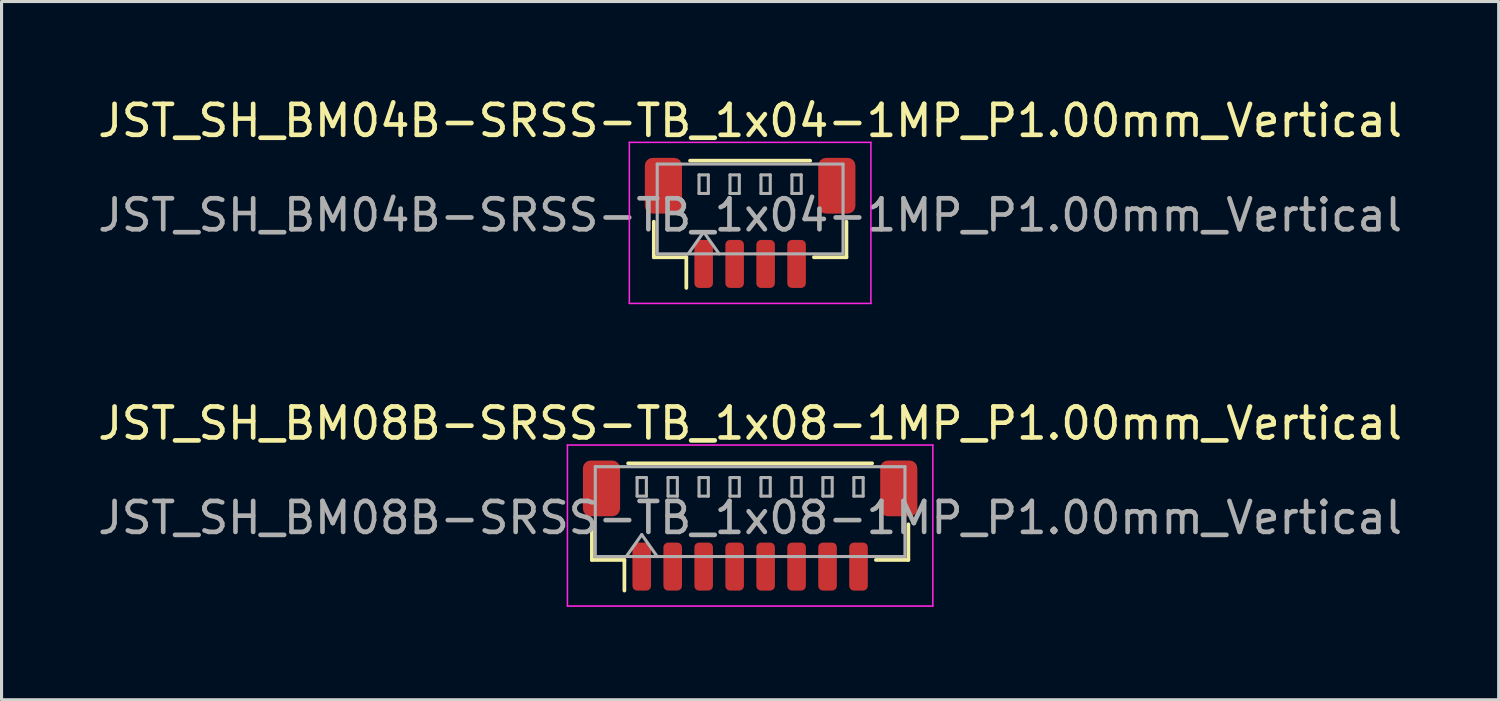
<source format=kicad_pcb>
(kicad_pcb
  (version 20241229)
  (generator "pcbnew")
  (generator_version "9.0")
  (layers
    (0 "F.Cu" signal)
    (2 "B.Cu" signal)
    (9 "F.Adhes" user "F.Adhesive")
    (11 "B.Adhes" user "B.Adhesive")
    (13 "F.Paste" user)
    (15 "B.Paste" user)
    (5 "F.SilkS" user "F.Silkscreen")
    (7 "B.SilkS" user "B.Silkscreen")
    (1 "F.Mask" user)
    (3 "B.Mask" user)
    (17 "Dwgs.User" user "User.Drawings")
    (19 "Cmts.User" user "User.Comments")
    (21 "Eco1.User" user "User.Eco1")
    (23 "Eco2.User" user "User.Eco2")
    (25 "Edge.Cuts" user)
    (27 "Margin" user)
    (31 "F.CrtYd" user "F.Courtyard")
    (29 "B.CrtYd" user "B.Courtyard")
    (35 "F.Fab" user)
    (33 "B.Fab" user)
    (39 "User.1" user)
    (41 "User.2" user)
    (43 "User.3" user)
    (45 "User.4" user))
  (footprint "JST_SH_BM04B-SRSS-TB_1x04-1MP_P1.00mm_Vertical"
    (layer "F.Cu")
    (at 21.173 4.148)
    (property "Reference" "JST_SH_BM04B-SRSS-TB_1x04-1MP_P1.00mm_Vertical" (at 0 -3.3 0) (layer "F.SilkS") (effects (font (size 1 1) (thickness 0.15))))
    (attr smd)
    (fp_line (start -3.11 -0.04) (end -3.11 1.11) (stroke (width 0.12) (type solid)) (layer "F.SilkS"))
    (fp_line (start -3.11 1.11) (end -2.06 1.11) (stroke (width 0.12) (type solid)) (layer "F.SilkS"))
    (fp_line (start -2.06 1.11) (end -2.06 2.1) (stroke (width 0.12) (type solid)) (layer "F.SilkS"))
    (fp_line (start -1.94 -2.01) (end 1.94 -2.01) (stroke (width 0.12) (type solid)) (layer "F.SilkS"))
    (fp_line (start 3.11 -0.04) (end 3.11 1.11) (stroke (width 0.12) (type solid)) (layer "F.SilkS"))
    (fp_line (start 3.11 1.11) (end 2.06 1.11) (stroke (width 0.12) (type solid)) (layer "F.SilkS"))
    (fp_line (start -3.9 -2.6) (end -3.9 2.6) (stroke (width 0.05) (type solid)) (layer "F.CrtYd"))
    (fp_line (start -3.9 2.6) (end 3.9 2.6) (stroke (width 0.05) (type solid)) (layer "F.CrtYd"))
    (fp_line (start 3.9 -2.6) (end -3.9 -2.6) (stroke (width 0.05) (type solid)) (layer "F.CrtYd"))
    (fp_line (start 3.9 2.6) (end 3.9 -2.6) (stroke (width 0.05) (type solid)) (layer "F.CrtYd"))
    (fp_line (start -3 -1.9) (end 3 -1.9) (stroke (width 0.1) (type solid)) (layer "F.Fab"))
    (fp_line (start -3 1) (end -3 -1.9) (stroke (width 0.1) (type solid)) (layer "F.Fab"))
    (fp_line (start -3 1) (end 3 1) (stroke (width 0.1) (type solid)) (layer "F.Fab"))
    (fp_line (start -2 1) (end -1.5 0.293) (stroke (width 0.1) (type solid)) (layer "F.Fab"))
    (fp_line (start -1.65 -1.55) (end -1.65 -0.95) (stroke (width 0.1) (type solid)) (layer "F.Fab"))
    (fp_line (start -1.65 -0.95) (end -1.35 -0.95) (stroke (width 0.1) (type solid)) (layer "F.Fab"))
    (fp_line (start -1.5 0.293) (end -1 1) (stroke (width 0.1) (type solid)) (layer "F.Fab"))
    (fp_line (start -1.35 -1.55) (end -1.65 -1.55) (stroke (width 0.1) (type solid)) (layer "F.Fab"))
    (fp_line (start -1.35 -0.95) (end -1.35 -1.55) (stroke (width 0.1) (type solid)) (layer "F.Fab"))
    (fp_line (start -0.65 -1.55) (end -0.65 -0.95) (stroke (width 0.1) (type solid)) (layer "F.Fab"))
    (fp_line (start -0.65 -0.95) (end -0.35 -0.95) (stroke (width 0.1) (type solid)) (layer "F.Fab"))
    (fp_line (start -0.35 -1.55) (end -0.65 -1.55) (stroke (width 0.1) (type solid)) (layer "F.Fab"))
    (fp_line (start -0.35 -0.95) (end -0.35 -1.55) (stroke (width 0.1) (type solid)) (layer "F.Fab"))
    (fp_line (start 0.35 -1.55) (end 0.35 -0.95) (stroke (width 0.1) (type solid)) (layer "F.Fab"))
    (fp_line (start 0.35 -0.95) (end 0.65 -0.95) (stroke (width 0.1) (type solid)) (layer "F.Fab"))
    (fp_line (start 0.65 -1.55) (end 0.35 -1.55) (stroke (width 0.1) (type solid)) (layer "F.Fab"))
    (fp_line (start 0.65 -0.95) (end 0.65 -1.55) (stroke (width 0.1) (type solid)) (layer "F.Fab"))
    (fp_line (start 1.35 -1.55) (end 1.35 -0.95) (stroke (width 0.1) (type solid)) (layer "F.Fab"))
    (fp_line (start 1.35 -0.95) (end 1.65 -0.95) (stroke (width 0.1) (type solid)) (layer "F.Fab"))
    (fp_line (start 1.65 -1.55) (end 1.35 -1.55) (stroke (width 0.1) (type solid)) (layer "F.Fab"))
    (fp_line (start 1.65 -0.95) (end 1.65 -1.55) (stroke (width 0.1) (type solid)) (layer "F.Fab"))
    (fp_line (start 3 1) (end 3 -1.9) (stroke (width 0.1) (type solid)) (layer "F.Fab"))
    (fp_text user "${REFERENCE}" (at 0 -0.25 0) (layer "F.Fab") (effects (font (size 1 1) (thickness 0.15))))
    (pad "1" smd roundrect (at -1.5 1.325) (size 0.6 1.55) (layers "F.Cu" "F.Mask" "F.Paste") (roundrect_rratio 0.25))
    (pad "2" smd roundrect (at -0.5 1.325) (size 0.6 1.55) (layers "F.Cu" "F.Mask" "F.Paste") (roundrect_rratio 0.25))
    (pad "3" smd roundrect (at 0.5 1.325) (size 0.6 1.55) (layers "F.Cu" "F.Mask" "F.Paste") (roundrect_rratio 0.25))
    (pad "4" smd roundrect (at 1.5 1.325) (size 0.6 1.55) (layers "F.Cu" "F.Mask" "F.Paste") (roundrect_rratio 0.25))
    (pad "MP" smd roundrect (at -2.8 -1.2) (size 1.2 1.8) (layers "F.Cu" "F.Mask" "F.Paste") (roundrect_rratio 0.208))
    (pad "MP" smd roundrect (at 2.8 -1.2) (size 1.2 1.8) (layers "F.Cu" "F.Mask" "F.Paste") (roundrect_rratio 0.208)))
  (footprint "JST_SH_BM08B-SRSS-TB_1x08-1MP_P1.00mm_Vertical"
    (layer "F.Cu")
    (at 21.173 13.921)
    (property "Reference" "JST_SH_BM08B-SRSS-TB_1x08-1MP_P1.00mm_Vertical" (at 0 -3.3 0) (layer "F.SilkS") (effects (font (size 1 1) (thickness 0.15))))
    (attr smd)
    (fp_line (start -5.11 -0.04) (end -5.11 1.11) (stroke (width 0.12) (type solid)) (layer "F.SilkS"))
    (fp_line (start -5.11 1.11) (end -4.06 1.11) (stroke (width 0.12) (type solid)) (layer "F.SilkS"))
    (fp_line (start -4.06 1.11) (end -4.06 2.1) (stroke (width 0.12) (type solid)) (layer "F.SilkS"))
    (fp_line (start -3.94 -2.01) (end 3.94 -2.01) (stroke (width 0.12) (type solid)) (layer "F.SilkS"))
    (fp_line (start 5.11 -0.04) (end 5.11 1.11) (stroke (width 0.12) (type solid)) (layer "F.SilkS"))
    (fp_line (start 5.11 1.11) (end 4.06 1.11) (stroke (width 0.12) (type solid)) (layer "F.SilkS"))
    (fp_line (start -5.9 -2.6) (end -5.9 2.6) (stroke (width 0.05) (type solid)) (layer "F.CrtYd"))
    (fp_line (start -5.9 2.6) (end 5.9 2.6) (stroke (width 0.05) (type solid)) (layer "F.CrtYd"))
    (fp_line (start 5.9 -2.6) (end -5.9 -2.6) (stroke (width 0.05) (type solid)) (layer "F.CrtYd"))
    (fp_line (start 5.9 2.6) (end 5.9 -2.6) (stroke (width 0.05) (type solid)) (layer "F.CrtYd"))
    (fp_line (start -5 -1.9) (end 5 -1.9) (stroke (width 0.1) (type solid)) (layer "F.Fab"))
    (fp_line (start -5 1) (end -5 -1.9) (stroke (width 0.1) (type solid)) (layer "F.Fab"))
    (fp_line (start -5 1) (end 5 1) (stroke (width 0.1) (type solid)) (layer "F.Fab"))
    (fp_line (start -4 1) (end -3.5 0.293) (stroke (width 0.1) (type solid)) (layer "F.Fab"))
    (fp_line (start -3.65 -1.55) (end -3.65 -0.95) (stroke (width 0.1) (type solid)) (layer "F.Fab"))
    (fp_line (start -3.65 -0.95) (end -3.35 -0.95) (stroke (width 0.1) (type solid)) (layer "F.Fab"))
    (fp_line (start -3.5 0.293) (end -3 1) (stroke (width 0.1) (type solid)) (layer "F.Fab"))
    (fp_line (start -3.35 -1.55) (end -3.65 -1.55) (stroke (width 0.1) (type solid)) (layer "F.Fab"))
    (fp_line (start -3.35 -0.95) (end -3.35 -1.55) (stroke (width 0.1) (type solid)) (layer "F.Fab"))
    (fp_line (start -2.65 -1.55) (end -2.65 -0.95) (stroke (width 0.1) (type solid)) (layer "F.Fab"))
    (fp_line (start -2.65 -0.95) (end -2.35 -0.95) (stroke (width 0.1) (type solid)) (layer "F.Fab"))
    (fp_line (start -2.35 -1.55) (end -2.65 -1.55) (stroke (width 0.1) (type solid)) (layer "F.Fab"))
    (fp_line (start -2.35 -0.95) (end -2.35 -1.55) (stroke (width 0.1) (type solid)) (layer "F.Fab"))
    (fp_line (start -1.65 -1.55) (end -1.65 -0.95) (stroke (width 0.1) (type solid)) (layer "F.Fab"))
    (fp_line (start -1.65 -0.95) (end -1.35 -0.95) (stroke (width 0.1) (type solid)) (layer "F.Fab"))
    (fp_line (start -1.35 -1.55) (end -1.65 -1.55) (stroke (width 0.1) (type solid)) (layer "F.Fab"))
    (fp_line (start -1.35 -0.95) (end -1.35 -1.55) (stroke (width 0.1) (type solid)) (layer "F.Fab"))
    (fp_line (start -0.65 -1.55) (end -0.65 -0.95) (stroke (width 0.1) (type solid)) (layer "F.Fab"))
    (fp_line (start -0.65 -0.95) (end -0.35 -0.95) (stroke (width 0.1) (type solid)) (layer "F.Fab"))
    (fp_line (start -0.35 -1.55) (end -0.65 -1.55) (stroke (width 0.1) (type solid)) (layer "F.Fab"))
    (fp_line (start -0.35 -0.95) (end -0.35 -1.55) (stroke (width 0.1) (type solid)) (layer "F.Fab"))
    (fp_line (start 0.35 -1.55) (end 0.35 -0.95) (stroke (width 0.1) (type solid)) (layer "F.Fab"))
    (fp_line (start 0.35 -0.95) (end 0.65 -0.95) (stroke (width 0.1) (type solid)) (layer "F.Fab"))
    (fp_line (start 0.65 -1.55) (end 0.35 -1.55) (stroke (width 0.1) (type solid)) (layer "F.Fab"))
    (fp_line (start 0.65 -0.95) (end 0.65 -1.55) (stroke (width 0.1) (type solid)) (layer "F.Fab"))
    (fp_line (start 1.35 -1.55) (end 1.35 -0.95) (stroke (width 0.1) (type solid)) (layer "F.Fab"))
    (fp_line (start 1.35 -0.95) (end 1.65 -0.95) (stroke (width 0.1) (type solid)) (layer "F.Fab"))
    (fp_line (start 1.65 -1.55) (end 1.35 -1.55) (stroke (width 0.1) (type solid)) (layer "F.Fab"))
    (fp_line (start 1.65 -0.95) (end 1.65 -1.55) (stroke (width 0.1) (type solid)) (layer "F.Fab"))
    (fp_line (start 2.35 -1.55) (end 2.35 -0.95) (stroke (width 0.1) (type solid)) (layer "F.Fab"))
    (fp_line (start 2.35 -0.95) (end 2.65 -0.95) (stroke (width 0.1) (type solid)) (layer "F.Fab"))
    (fp_line (start 2.65 -1.55) (end 2.35 -1.55) (stroke (width 0.1) (type solid)) (layer "F.Fab"))
    (fp_line (start 2.65 -0.95) (end 2.65 -1.55) (stroke (width 0.1) (type solid)) (layer "F.Fab"))
    (fp_line (start 3.35 -1.55) (end 3.35 -0.95) (stroke (width 0.1) (type solid)) (layer "F.Fab"))
    (fp_line (start 3.35 -0.95) (end 3.65 -0.95) (stroke (width 0.1) (type solid)) (layer "F.Fab"))
    (fp_line (start 3.65 -1.55) (end 3.35 -1.55) (stroke (width 0.1) (type solid)) (layer "F.Fab"))
    (fp_line (start 3.65 -0.95) (end 3.65 -1.55) (stroke (width 0.1) (type solid)) (layer "F.Fab"))
    (fp_line (start 5 1) (end 5 -1.9) (stroke (width 0.1) (type solid)) (layer "F.Fab"))
    (fp_text user "${REFERENCE}" (at 0 -0.25 0) (layer "F.Fab") (effects (font (size 1 1) (thickness 0.15))))
    (pad "1" smd roundrect (at -3.5 1.325) (size 0.6 1.55) (layers "F.Cu" "F.Mask" "F.Paste") (roundrect_rratio 0.25))
    (pad "2" smd roundrect (at -2.5 1.325) (size 0.6 1.55) (layers "F.Cu" "F.Mask" "F.Paste") (roundrect_rratio 0.25))
    (pad "3" smd roundrect (at -1.5 1.325) (size 0.6 1.55) (layers "F.Cu" "F.Mask" "F.Paste") (roundrect_rratio 0.25))
    (pad "4" smd roundrect (at -0.5 1.325) (size 0.6 1.55) (layers "F.Cu" "F.Mask" "F.Paste") (roundrect_rratio 0.25))
    (pad "5" smd roundrect (at 0.5 1.325) (size 0.6 1.55) (layers "F.Cu" "F.Mask" "F.Paste") (roundrect_rratio 0.25))
    (pad "6" smd roundrect (at 1.5 1.325) (size 0.6 1.55) (layers "F.Cu" "F.Mask" "F.Paste") (roundrect_rratio 0.25))
    (pad "7" smd roundrect (at 2.5 1.325) (size 0.6 1.55) (layers "F.Cu" "F.Mask" "F.Paste") (roundrect_rratio 0.25))
    (pad "8" smd roundrect (at 3.5 1.325) (size 0.6 1.55) (layers "F.Cu" "F.Mask" "F.Paste") (roundrect_rratio 0.25))
    (pad "MP" smd roundrect (at -4.8 -1.2) (size 1.2 1.8) (layers "F.Cu" "F.Mask" "F.Paste") (roundrect_rratio 0.208))
    (pad "MP" smd roundrect (at 4.8 -1.2) (size 1.2 1.8) (layers "F.Cu" "F.Mask" "F.Paste") (roundrect_rratio 0.208)))
  (gr_rect
    (start -3 -3)
    (end 45.345 19.547)
    (stroke (width 0.1) (type default))
    (fill no)
    (layer "Edge.Cuts")))
</source>
